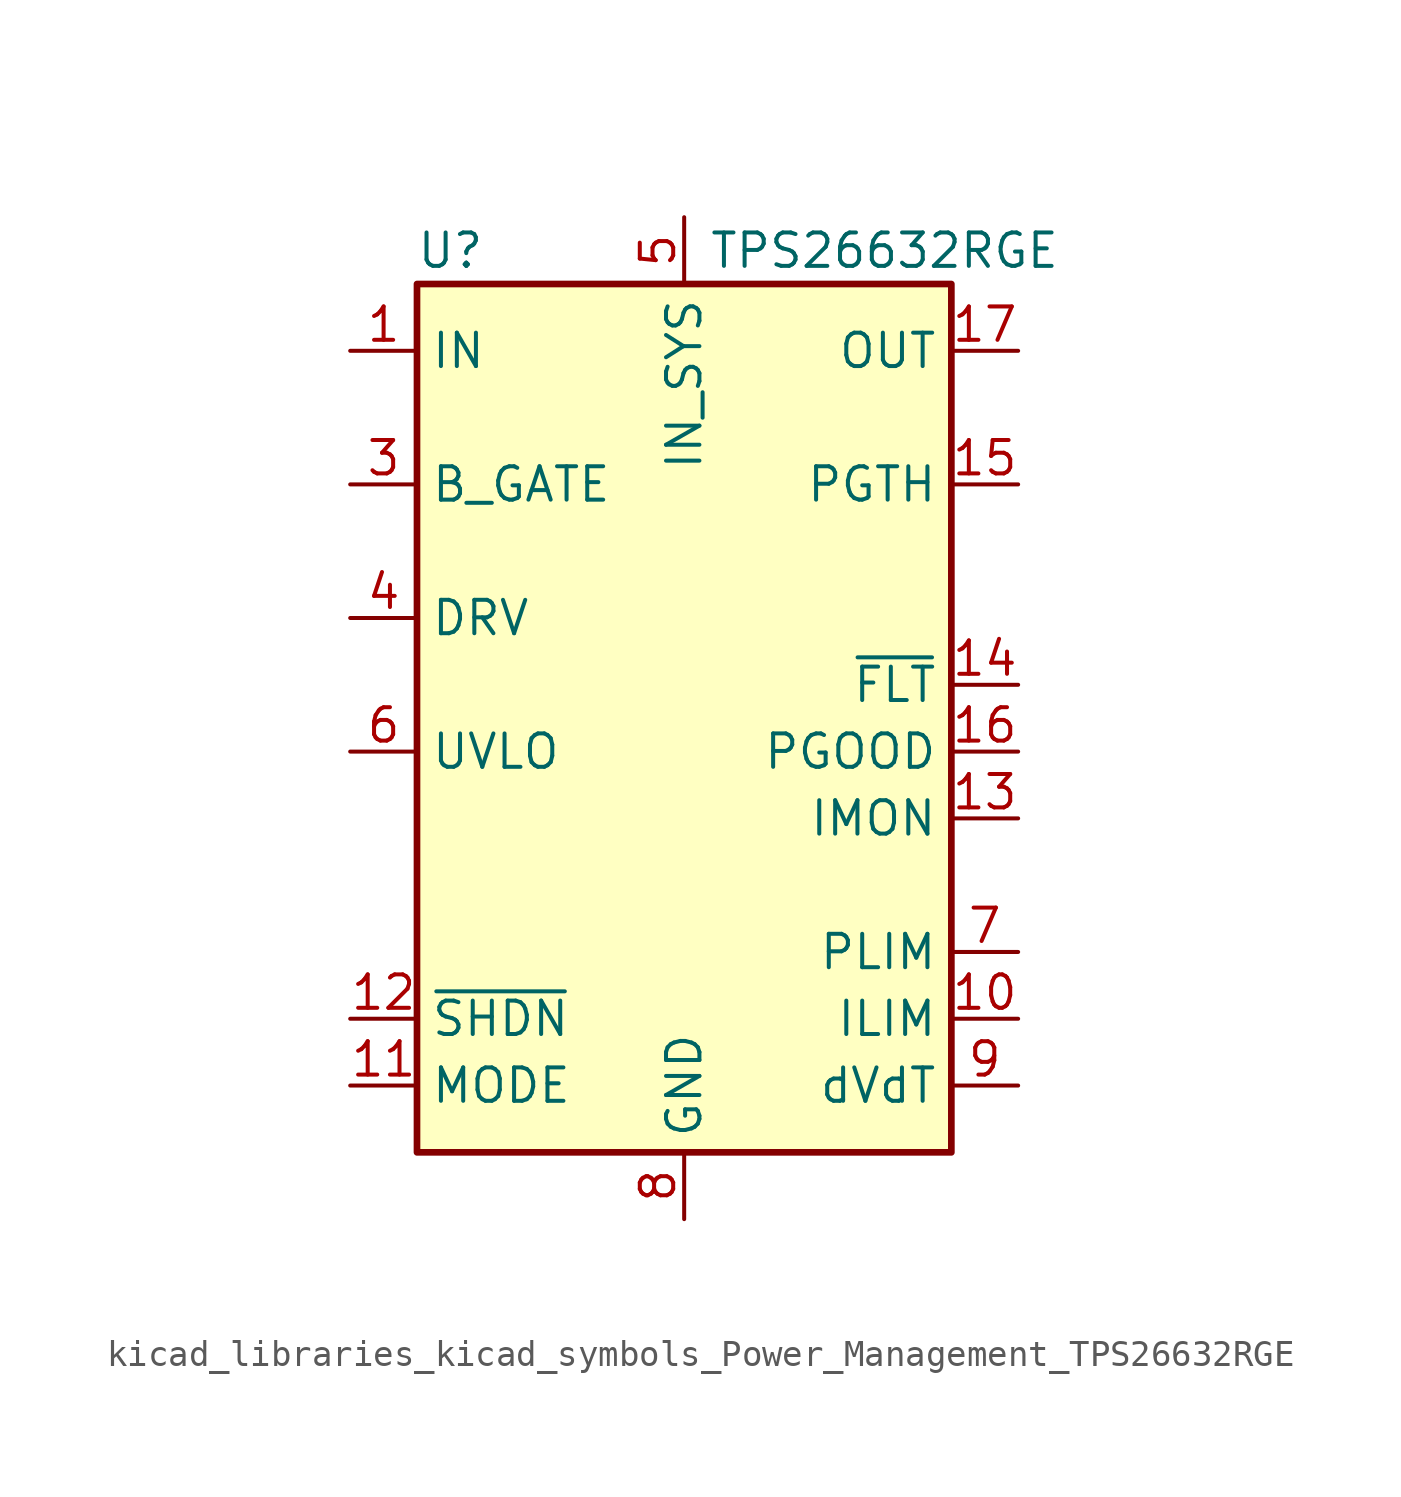
<source format=kicad_sym>
(kicad_symbol_lib
  (version 20220914)
  (generator kicad_symbol_editor)
  (symbol "kicad_libraries_kicad_symbols_Power_Management_TPS26632RGE"
    (property "Reference" "U"
      (at -8.89 16.51 0)
      (effects (font (size 1.27 1.27))))
    (property "Value" "TPS26632RGE"
      (at 7.62 16.51 0)
      (effects (font (size 1.27 1.27))))
    (symbol "kicad_libraries_kicad_symbols_Power_Management_TPS26632RGE_0_1"
      (rectangle (start -10.16 15.24) (end 10.16 -17.78) (stroke (width 0.254) (type default)) (fill (type background))))
    (symbol "kicad_libraries_kicad_symbols_Power_Management_TPS26632RGE_1_1"
      (pin power_in line (at -12.7 12.7 0) (length 2.54) (name "IN" (effects (font (size 1.27 1.27)))) (number "1" (effects (font (size 1.27 1.27)))))
      (pin passive line (at 12.7 -12.7 180) (length 2.54) (name "ILIM" (effects (font (size 1.27 1.27)))) (number "10" (effects (font (size 1.27 1.27)))))
      (pin input line (at -12.7 -15.24 0) (length 2.54) (name "MODE" (effects (font (size 1.27 1.27)))) (number "11" (effects (font (size 1.27 1.27)))))
      (pin input line (at -12.7 -12.7 0) (length 2.54) (name "~{SHDN}" (effects (font (size 1.27 1.27)))) (number "12" (effects (font (size 1.27 1.27)))))
      (pin output line (at 12.7 -5.08 180) (length 2.54) (name "IMON" (effects (font (size 1.27 1.27)))) (number "13" (effects (font (size 1.27 1.27)))))
      (pin open_collector line (at 12.7 0 180) (length 2.54) (name "~{FLT}" (effects (font (size 1.27 1.27)))) (number "14" (effects (font (size 1.27 1.27)))))
      (pin input line (at 12.7 7.62 180) (length 2.54) (name "PGTH" (effects (font (size 1.27 1.27)))) (number "15" (effects (font (size 1.27 1.27)))))
      (pin output line (at 12.7 -2.54 180) (length 2.54) (name "PGOOD" (effects (font (size 1.27 1.27)))) (number "16" (effects (font (size 1.27 1.27)))))
      (pin power_out line (at 12.7 12.7 180) (length 2.54) (name "OUT" (effects (font (size 1.27 1.27)))) (number "17" (effects (font (size 1.27 1.27)))))
      (pin passive line (at 12.7 12.7 180) (length 2.54) hide (name "OUT" (effects (font (size 1.27 1.27)))) (number "18" (effects (font (size 1.27 1.27)))))
      (pin no_connect line (at -10.16 10.16 0) (length 2.54) hide (name "NC" (effects (font (size 1.27 1.27)))) (number "19" (effects (font (size 1.27 1.27)))))
      (pin passive line (at -12.7 12.7 0) (length 2.54) hide (name "IN" (effects (font (size 1.27 1.27)))) (number "2" (effects (font (size 1.27 1.27)))))
      (pin no_connect line (at -10.16 5.08 0) (length 2.54) hide (name "NC" (effects (font (size 1.27 1.27)))) (number "20" (effects (font (size 1.27 1.27)))))
      (pin no_connect line (at -10.16 0 0) (length 2.54) hide (name "NC" (effects (font (size 1.27 1.27)))) (number "21" (effects (font (size 1.27 1.27)))))
      (pin no_connect line (at 10.16 10.16 180) (length 2.54) hide (name "NC" (effects (font (size 1.27 1.27)))) (number "22" (effects (font (size 1.27 1.27)))))
      (pin no_connect line (at 10.16 5.08 180) (length 2.54) hide (name "NC" (effects (font (size 1.27 1.27)))) (number "23" (effects (font (size 1.27 1.27)))))
      (pin no_connect line (at 10.16 2.54 180) (length 2.54) hide (name "NC" (effects (font (size 1.27 1.27)))) (number "24" (effects (font (size 1.27 1.27)))))
      (pin passive line (at 0 -20.32 90) (length 2.54) hide (name "GND" (effects (font (size 1.27 1.27)))) (number "25" (effects (font (size 1.27 1.27)))))
      (pin output line (at -12.7 7.62 0) (length 2.54) (name "B_GATE" (effects (font (size 1.27 1.27)))) (number "3" (effects (font (size 1.27 1.27)))))
      (pin output line (at -12.7 2.54 0) (length 2.54) (name "DRV" (effects (font (size 1.27 1.27)))) (number "4" (effects (font (size 1.27 1.27)))))
      (pin power_in line (at 0 17.78 270) (length 2.54) (name "IN_SYS" (effects (font (size 1.27 1.27)))) (number "5" (effects (font (size 1.27 1.27)))))
      (pin input line (at -12.7 -2.54 0) (length 2.54) (name "UVLO" (effects (font (size 1.27 1.27)))) (number "6" (effects (font (size 1.27 1.27)))))
      (pin passive line (at 12.7 -10.16 180) (length 2.54) (name "PLIM" (effects (font (size 1.27 1.27)))) (number "7" (effects (font (size 1.27 1.27)))))
      (pin power_in line (at 0 -20.32 90) (length 2.54) (name "GND" (effects (font (size 1.27 1.27)))) (number "8" (effects (font (size 1.27 1.27)))))
      (pin passive line (at 12.7 -15.24 180) (length 2.54) (name "dVdT" (effects (font (size 1.27 1.27)))) (number "9" (effects (font (size 1.27 1.27))))))))
</source>
